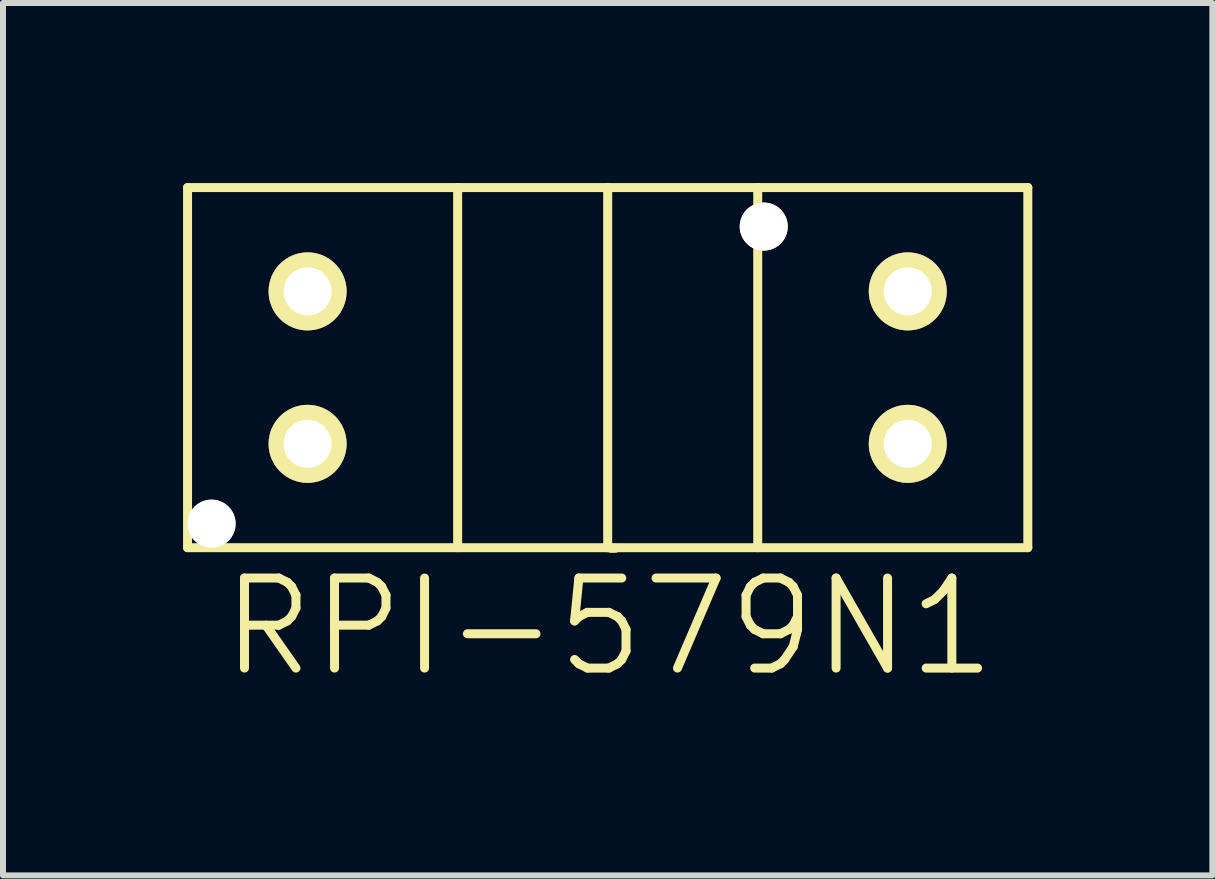
<source format=kicad_pcb>
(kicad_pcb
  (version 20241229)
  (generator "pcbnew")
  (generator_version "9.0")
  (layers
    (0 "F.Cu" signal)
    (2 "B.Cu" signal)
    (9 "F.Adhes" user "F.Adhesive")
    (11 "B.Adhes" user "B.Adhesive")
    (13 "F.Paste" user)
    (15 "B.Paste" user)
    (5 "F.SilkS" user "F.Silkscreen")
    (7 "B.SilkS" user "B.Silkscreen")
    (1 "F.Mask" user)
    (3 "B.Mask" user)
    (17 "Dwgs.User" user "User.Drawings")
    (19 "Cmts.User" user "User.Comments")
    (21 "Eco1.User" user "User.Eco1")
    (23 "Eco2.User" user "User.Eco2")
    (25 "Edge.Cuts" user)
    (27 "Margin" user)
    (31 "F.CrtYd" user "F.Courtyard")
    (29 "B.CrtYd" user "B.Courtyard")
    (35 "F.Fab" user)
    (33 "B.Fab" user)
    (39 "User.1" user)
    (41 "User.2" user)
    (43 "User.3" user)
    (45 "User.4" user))
  (footprint "RPI-579N1"
    (layer "F.Cu")
    (at 7.075 3.075)
    (property "Reference" "RPI-579N1" (at 0.02 4.32 0) (layer "F.SilkS") (effects (font (size 1.5 1.5) (thickness 0.15))))
    (attr through_hole)
    (fp_line (start -7 -3) (end 7 -3) (stroke (width 0.15) (type solid)) (layer "F.SilkS"))
    (fp_line (start -7 3) (end -7 -3) (stroke (width 0.15) (type solid)) (layer "F.SilkS"))
    (fp_line (start -2.5 -3) (end -2.5 3) (stroke (width 0.15) (type solid)) (layer "F.SilkS"))
    (fp_line (start 0 -3) (end 0 3) (stroke (width 0.15) (type solid)) (layer "F.SilkS"))
    (fp_line (start 0.05 3.01) (end 0.13 3.01) (stroke (width 0.15) (type solid)) (layer "F.SilkS"))
    (fp_line (start 2.5 -3) (end 2.5 3) (stroke (width 0.15) (type solid)) (layer "F.SilkS"))
    (fp_line (start 7 -3) (end 7 3) (stroke (width 0.15) (type solid)) (layer "F.SilkS"))
    (fp_line (start 7 3) (end -7 3) (stroke (width 0.15) (type solid)) (layer "F.SilkS"))
    (pad "" np_thru_hole circle (at -6.6 2.6) (size 0.8 0.8) (drill 0.8) (layers "*.Cu" "*.Mask" "F.SilkS"))
    (pad "" np_thru_hole circle (at 2.6 -2.35) (size 0.8 0.8) (drill 0.8) (layers "*.Cu" "*.Mask" "F.SilkS"))
    (pad "1" thru_hole circle (at 5 1.27) (size 1.3 1.3) (drill 0.8) (layers "*.Cu" "*.Mask" "F.SilkS"))
    (pad "2" thru_hole circle (at 5 -1.27) (size 1.3 1.3) (drill 0.8) (layers "*.Cu" "*.Mask" "F.SilkS"))
    (pad "3" thru_hole circle (at -5 -1.27) (size 1.3 1.3) (drill 0.8) (layers "*.Cu" "*.Mask" "F.SilkS"))
    (pad "4" thru_hole circle (at -5 1.27) (size 1.3 1.3) (drill 0.8) (layers "*.Cu" "*.Mask" "F.SilkS")))
  (gr_rect
    (start -3 -3)
    (end 17.15 11.536)
    (stroke (width 0.1) (type default))
    (fill no)
    (layer "Edge.Cuts")))
</source>
